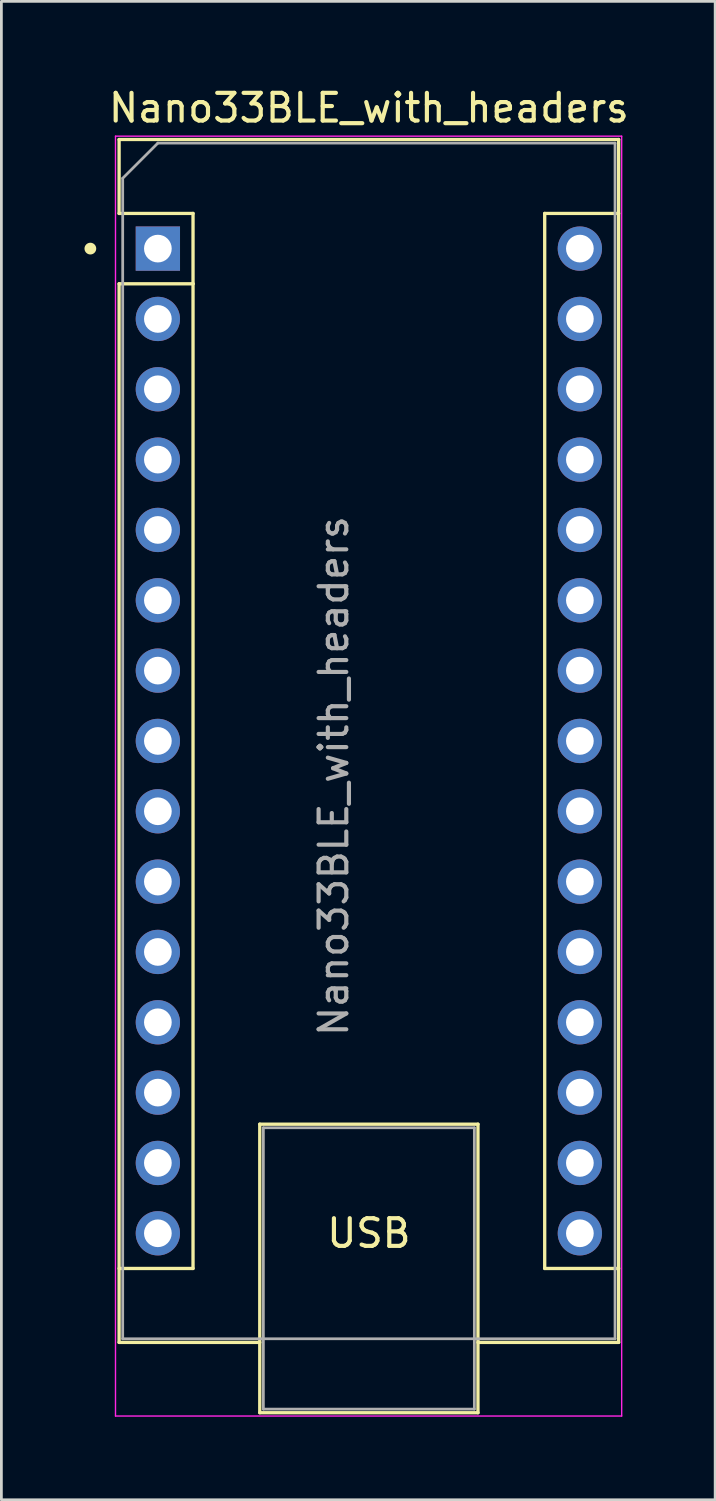
<source format=kicad_pcb>
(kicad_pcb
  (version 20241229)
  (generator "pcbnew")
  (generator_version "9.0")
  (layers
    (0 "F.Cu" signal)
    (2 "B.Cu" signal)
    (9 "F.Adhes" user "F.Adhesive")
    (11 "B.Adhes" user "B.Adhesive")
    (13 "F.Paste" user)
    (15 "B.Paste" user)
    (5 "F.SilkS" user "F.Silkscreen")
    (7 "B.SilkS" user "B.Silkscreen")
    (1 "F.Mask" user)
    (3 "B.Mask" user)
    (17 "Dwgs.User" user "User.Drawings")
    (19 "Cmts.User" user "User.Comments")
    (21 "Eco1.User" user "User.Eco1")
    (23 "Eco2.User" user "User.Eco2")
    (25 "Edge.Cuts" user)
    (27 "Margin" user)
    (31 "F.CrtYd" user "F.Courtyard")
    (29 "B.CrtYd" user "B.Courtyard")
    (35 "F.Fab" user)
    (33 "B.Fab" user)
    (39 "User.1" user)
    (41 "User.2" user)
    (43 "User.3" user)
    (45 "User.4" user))
  (footprint "Nano33BLE_with_headers"
    (layer "F.Cu")
    (at 2.651 5.928)
    (property "Reference" "Nano33BLE_with_headers" (at 7.62 -5.08 0) (layer "F.SilkS") (effects (font (size 1 1) (thickness 0.15))))
    (attr through_hole)
    (fp_line (start -1.4 -3.94) (end -1.4 -1.27) (stroke (width 0.12) (type solid)) (layer "F.SilkS"))
    (fp_line (start -1.4 1.27) (end -1.4 39.5) (stroke (width 0.12) (type solid)) (layer "F.SilkS"))
    (fp_line (start -1.4 39.5) (end 3.68 39.5) (stroke (width 0.12) (type solid)) (layer "F.SilkS"))
    (fp_line (start 1.27 -1.27) (end -1.4 -1.27) (stroke (width 0.12) (type solid)) (layer "F.SilkS"))
    (fp_line (start 1.27 1.27) (end -1.4 1.27) (stroke (width 0.12) (type solid)) (layer "F.SilkS"))
    (fp_line (start 1.27 1.27) (end 1.27 -1.27) (stroke (width 0.12) (type solid)) (layer "F.SilkS"))
    (fp_line (start 1.27 1.27) (end 1.27 36.83) (stroke (width 0.12) (type solid)) (layer "F.SilkS"))
    (fp_line (start 1.27 36.83) (end -1.4 36.83) (stroke (width 0.12) (type solid)) (layer "F.SilkS"))
    (fp_line (start 3.68 31.62) (end 11.56 31.62) (stroke (width 0.12) (type solid)) (layer "F.SilkS"))
    (fp_line (start 3.68 42.04) (end 3.68 31.62) (stroke (width 0.12) (type solid)) (layer "F.SilkS"))
    (fp_line (start 11.56 31.62) (end 11.56 42.04) (stroke (width 0.12) (type solid)) (layer "F.SilkS"))
    (fp_line (start 11.56 42.04) (end 3.68 42.04) (stroke (width 0.12) (type solid)) (layer "F.SilkS"))
    (fp_line (start 13.97 -1.27) (end 13.97 36.83) (stroke (width 0.12) (type solid)) (layer "F.SilkS"))
    (fp_line (start 13.97 -1.27) (end 16.64 -1.27) (stroke (width 0.12) (type solid)) (layer "F.SilkS"))
    (fp_line (start 13.97 36.83) (end 16.64 36.83) (stroke (width 0.12) (type solid)) (layer "F.SilkS"))
    (fp_line (start 16.64 -3.94) (end -1.4 -3.94) (stroke (width 0.12) (type solid)) (layer "F.SilkS"))
    (fp_line (start 16.64 39.5) (end 11.56 39.5) (stroke (width 0.12) (type solid)) (layer "F.SilkS"))
    (fp_line (start 16.64 39.5) (end 16.64 -3.94) (stroke (width 0.12) (type solid)) (layer "F.SilkS"))
    (fp_circle (center -2.438 0) (end -2.286 0) (stroke (width 0.12) (type solid)) (fill yes) (layer "F.SilkS"))
    (fp_line (start -1.53 -4.06) (end -1.53 42.16) (stroke (width 0.05) (type solid)) (layer "F.CrtYd"))
    (fp_line (start -1.53 -4.06) (end 16.75 -4.06) (stroke (width 0.05) (type solid)) (layer "F.CrtYd"))
    (fp_line (start 16.75 42.16) (end -1.53 42.16) (stroke (width 0.05) (type solid)) (layer "F.CrtYd"))
    (fp_line (start 16.75 42.16) (end 16.75 -4.06) (stroke (width 0.05) (type solid)) (layer "F.CrtYd"))
    (fp_line (start -1.27 -2.54) (end 0 -3.81) (stroke (width 0.1) (type solid)) (layer "F.Fab"))
    (fp_line (start -1.27 39.37) (end -1.27 -2.54) (stroke (width 0.1) (type solid)) (layer "F.Fab"))
    (fp_line (start 0 -3.81) (end 16.51 -3.81) (stroke (width 0.1) (type solid)) (layer "F.Fab"))
    (fp_line (start 3.81 31.75) (end 11.43 31.75) (stroke (width 0.1) (type solid)) (layer "F.Fab"))
    (fp_line (start 3.81 41.91) (end 3.81 31.75) (stroke (width 0.1) (type solid)) (layer "F.Fab"))
    (fp_line (start 11.43 31.75) (end 11.43 41.91) (stroke (width 0.1) (type solid)) (layer "F.Fab"))
    (fp_line (start 11.43 41.91) (end 3.81 41.91) (stroke (width 0.1) (type solid)) (layer "F.Fab"))
    (fp_line (start 16.51 -3.81) (end 16.51 39.37) (stroke (width 0.1) (type solid)) (layer "F.Fab"))
    (fp_line (start 16.51 39.37) (end -1.27 39.37) (stroke (width 0.1) (type solid)) (layer "F.Fab"))
    (fp_text user "USB" (at 7.62 35.56 0) (unlocked yes) (layer "F.SilkS") (effects (font (size 1 1) (thickness 0.15))))
    (fp_text user "${REFERENCE}" (at 6.35 19.05 90) (layer "F.Fab") (effects (font (size 1 1) (thickness 0.15))))
    (pad "1" thru_hole rect (at 0 0) (size 1.6 1.6) (drill 1) (layers "*.Cu" "*.Mask"))
    (pad "2" thru_hole oval (at 0 2.54) (size 1.6 1.6) (drill 1) (layers "*.Cu" "*.Mask"))
    (pad "3" thru_hole oval (at 0 5.08) (size 1.6 1.6) (drill 1) (layers "*.Cu" "*.Mask"))
    (pad "4" thru_hole oval (at 0 7.62) (size 1.6 1.6) (drill 1) (layers "*.Cu" "*.Mask"))
    (pad "5" thru_hole oval (at 0 10.16) (size 1.6 1.6) (drill 1) (layers "*.Cu" "*.Mask"))
    (pad "6" thru_hole oval (at 0 12.7) (size 1.6 1.6) (drill 1) (layers "*.Cu" "*.Mask"))
    (pad "7" thru_hole oval (at 0 15.24) (size 1.6 1.6) (drill 1) (layers "*.Cu" "*.Mask"))
    (pad "8" thru_hole oval (at 0 17.78) (size 1.6 1.6) (drill 1) (layers "*.Cu" "*.Mask"))
    (pad "9" thru_hole oval (at 0 20.32) (size 1.6 1.6) (drill 1) (layers "*.Cu" "*.Mask"))
    (pad "10" thru_hole oval (at 0 22.86) (size 1.6 1.6) (drill 1) (layers "*.Cu" "*.Mask"))
    (pad "11" thru_hole oval (at 0 25.4) (size 1.6 1.6) (drill 1) (layers "*.Cu" "*.Mask"))
    (pad "12" thru_hole oval (at 0 27.94) (size 1.6 1.6) (drill 1) (layers "*.Cu" "*.Mask"))
    (pad "13" thru_hole oval (at 0 30.48) (size 1.6 1.6) (drill 1) (layers "*.Cu" "*.Mask"))
    (pad "14" thru_hole oval (at 0 33.02) (size 1.6 1.6) (drill 1) (layers "*.Cu" "*.Mask"))
    (pad "15" thru_hole oval (at 0 35.56) (size 1.6 1.6) (drill 1) (layers "*.Cu" "*.Mask"))
    (pad "16" thru_hole oval (at 15.24 35.56) (size 1.6 1.6) (drill 1) (layers "*.Cu" "*.Mask"))
    (pad "17" thru_hole oval (at 15.24 33.02) (size 1.6 1.6) (drill 1) (layers "*.Cu" "*.Mask"))
    (pad "18" thru_hole oval (at 15.24 30.48) (size 1.6 1.6) (drill 1) (layers "*.Cu" "*.Mask"))
    (pad "19" thru_hole oval (at 15.24 27.94) (size 1.6 1.6) (drill 1) (layers "*.Cu" "*.Mask"))
    (pad "20" thru_hole oval (at 15.24 25.4) (size 1.6 1.6) (drill 1) (layers "*.Cu" "*.Mask"))
    (pad "21" thru_hole oval (at 15.24 22.86) (size 1.6 1.6) (drill 1) (layers "*.Cu" "*.Mask"))
    (pad "22" thru_hole oval (at 15.24 20.32) (size 1.6 1.6) (drill 1) (layers "*.Cu" "*.Mask"))
    (pad "23" thru_hole oval (at 15.24 17.78) (size 1.6 1.6) (drill 1) (layers "*.Cu" "*.Mask"))
    (pad "24" thru_hole oval (at 15.24 15.24) (size 1.6 1.6) (drill 1) (layers "*.Cu" "*.Mask"))
    (pad "25" thru_hole oval (at 15.24 12.7) (size 1.6 1.6) (drill 1) (layers "*.Cu" "*.Mask"))
    (pad "26" thru_hole oval (at 15.24 10.16) (size 1.6 1.6) (drill 1) (layers "*.Cu" "*.Mask"))
    (pad "27" thru_hole oval (at 15.24 7.62) (size 1.6 1.6) (drill 1) (layers "*.Cu" "*.Mask"))
    (pad "28" thru_hole oval (at 15.24 5.08) (size 1.6 1.6) (drill 1) (layers "*.Cu" "*.Mask"))
    (pad "29" thru_hole oval (at 15.24 2.54) (size 1.6 1.6) (drill 1) (layers "*.Cu" "*.Mask"))
    (pad "30" thru_hole oval (at 15.24 0) (size 1.6 1.6) (drill 1) (layers "*.Cu" "*.Mask")))
  (gr_rect
    (start -3 -3)
    (end 22.777 51.113)
    (stroke (width 0.1) (type default))
    (fill no)
    (layer "Edge.Cuts")))
</source>
